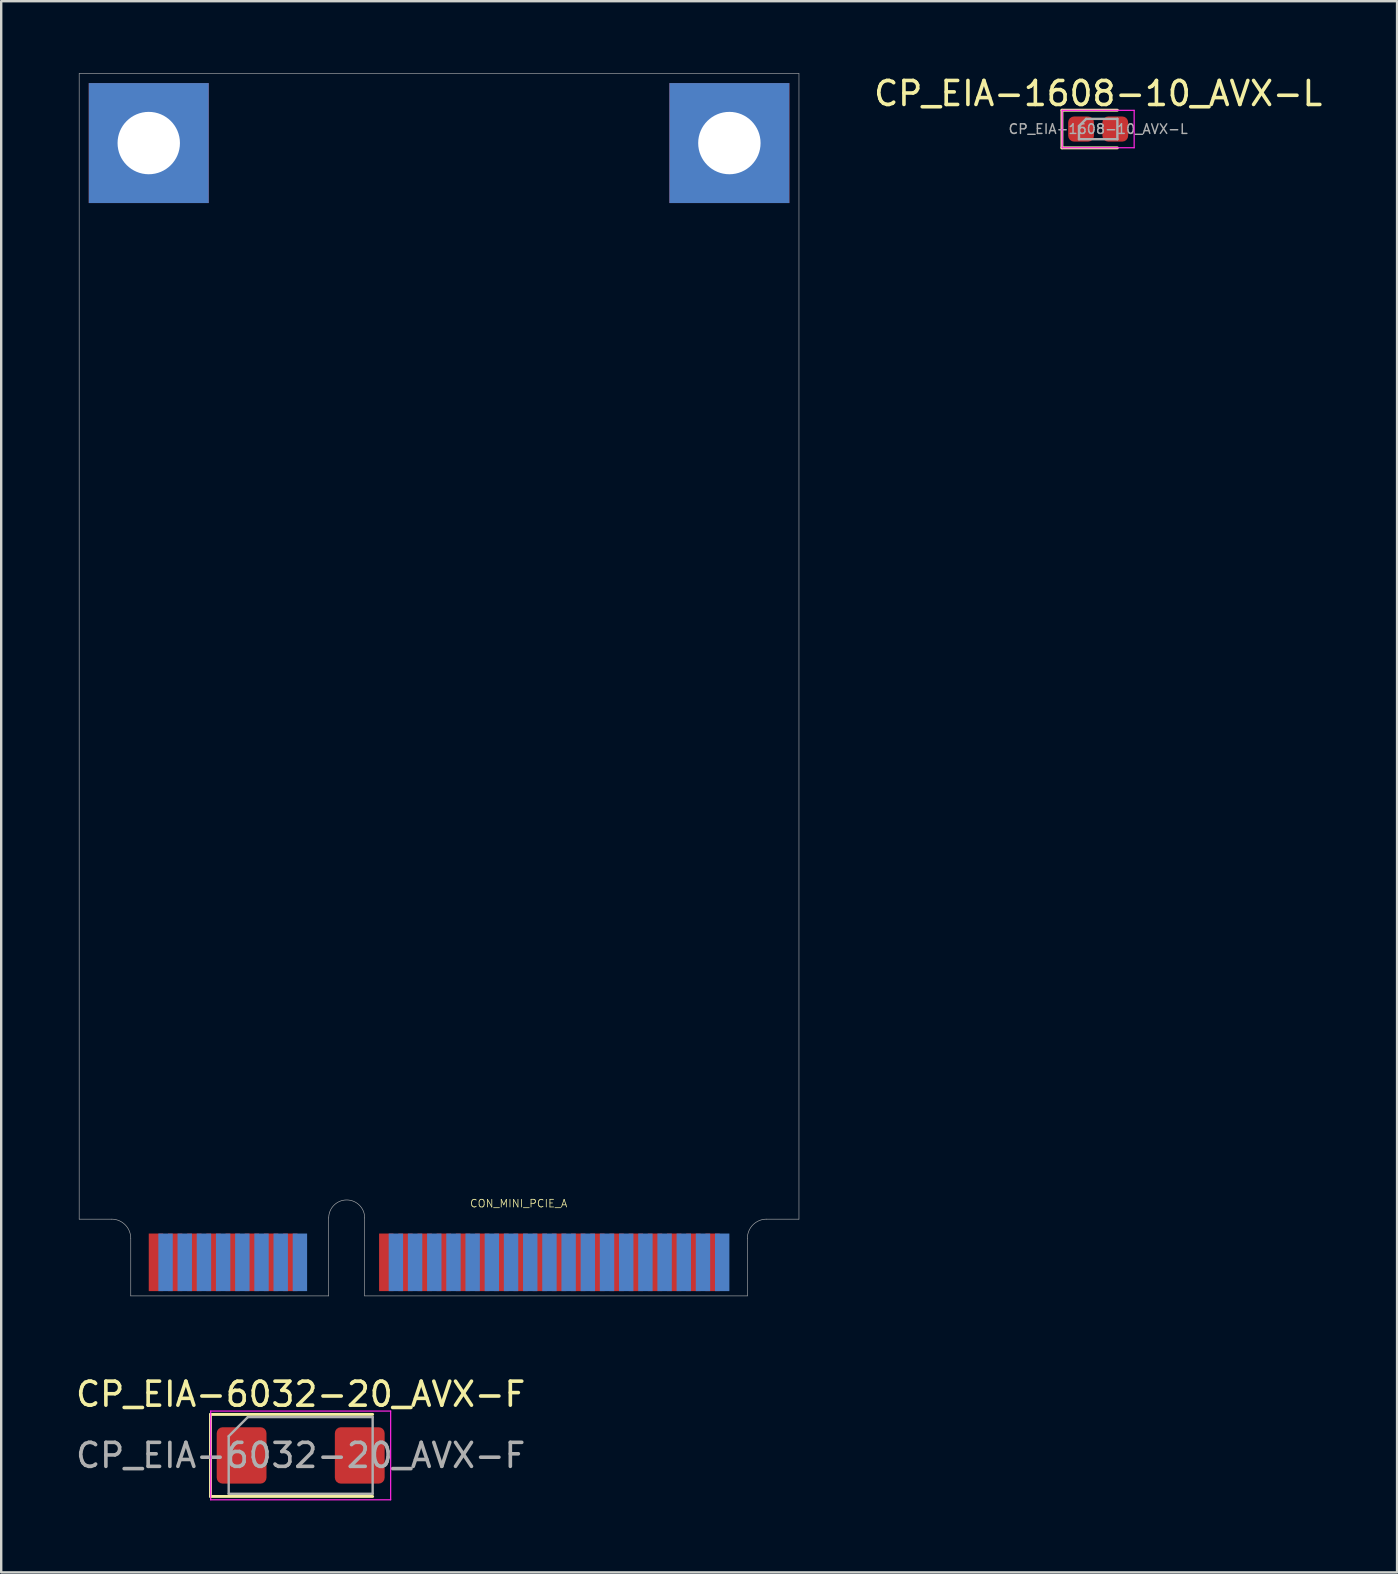
<source format=kicad_pcb>
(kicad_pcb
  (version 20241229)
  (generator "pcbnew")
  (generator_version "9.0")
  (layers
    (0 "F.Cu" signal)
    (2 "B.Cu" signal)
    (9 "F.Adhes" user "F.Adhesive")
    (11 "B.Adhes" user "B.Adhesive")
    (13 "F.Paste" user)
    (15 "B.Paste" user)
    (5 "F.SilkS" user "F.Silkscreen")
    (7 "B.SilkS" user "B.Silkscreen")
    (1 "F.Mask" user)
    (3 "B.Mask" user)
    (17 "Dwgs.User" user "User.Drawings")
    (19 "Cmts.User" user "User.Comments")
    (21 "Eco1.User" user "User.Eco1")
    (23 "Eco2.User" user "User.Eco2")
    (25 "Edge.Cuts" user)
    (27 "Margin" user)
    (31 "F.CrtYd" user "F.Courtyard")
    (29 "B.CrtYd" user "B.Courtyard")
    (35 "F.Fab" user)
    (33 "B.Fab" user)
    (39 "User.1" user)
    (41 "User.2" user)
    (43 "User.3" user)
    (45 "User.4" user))
  (footprint "CP_EIA-6032-20_AVX-F"
    (layer "F.Cu")
    (at 9.482 57.611)
    (property "Reference" "CP_EIA-6032-20_AVX-F" (at 0 -2.55 0) (layer "F.SilkS") (effects (font (size 1 1) (thickness 0.15))))
    (attr smd)
    (fp_line (start -3.76 -1.71) (end -3.76 1.71) (stroke (width 0.12) (type solid)) (layer "F.SilkS"))
    (fp_line (start -3.76 1.71) (end 3 1.71) (stroke (width 0.12) (type solid)) (layer "F.SilkS"))
    (fp_line (start 3 -1.71) (end -3.76 -1.71) (stroke (width 0.12) (type solid)) (layer "F.SilkS"))
    (fp_line (start -3.75 -1.85) (end 3.75 -1.85) (stroke (width 0.05) (type solid)) (layer "F.CrtYd"))
    (fp_line (start -3.75 1.85) (end -3.75 -1.85) (stroke (width 0.05) (type solid)) (layer "F.CrtYd"))
    (fp_line (start 3.75 -1.85) (end 3.75 1.85) (stroke (width 0.05) (type solid)) (layer "F.CrtYd"))
    (fp_line (start 3.75 1.85) (end -3.75 1.85) (stroke (width 0.05) (type solid)) (layer "F.CrtYd"))
    (fp_line (start -3 -0.8) (end -3 1.6) (stroke (width 0.1) (type solid)) (layer "F.Fab"))
    (fp_line (start -3 1.6) (end 3 1.6) (stroke (width 0.1) (type solid)) (layer "F.Fab"))
    (fp_line (start -2.2 -1.6) (end -3 -0.8) (stroke (width 0.1) (type solid)) (layer "F.Fab"))
    (fp_line (start 3 -1.6) (end -2.2 -1.6) (stroke (width 0.1) (type solid)) (layer "F.Fab"))
    (fp_line (start 3 1.6) (end 3 -1.6) (stroke (width 0.1) (type solid)) (layer "F.Fab"))
    (fp_text user "${REFERENCE}" (at 0 0 0) (layer "F.Fab") (effects (font (size 1 1) (thickness 0.15))))
    (pad "1" smd roundrect (at -2.462 0) (size 2.075 2.35) (layers "F.Cu" "F.Mask" "F.Paste") (roundrect_rratio 0.12))
    (pad "2" smd roundrect (at 2.462 0) (size 2.075 2.35) (layers "F.Cu" "F.Mask" "F.Paste") (roundrect_rratio 0.12)))
  (footprint "CP_EIA-1608-10_AVX-L"
    (layer "F.Cu")
    (at 42.721 2.328)
    (property "Reference" "CP_EIA-1608-10_AVX-L" (at 0 -1.48 0) (layer "F.SilkS") (effects (font (size 1 1) (thickness 0.15))))
    (attr smd)
    (fp_line (start -1.51 -0.785) (end -1.51 0.785) (stroke (width 0.12) (type solid)) (layer "F.SilkS"))
    (fp_line (start -1.51 0.785) (end 0.8 0.785) (stroke (width 0.12) (type solid)) (layer "F.SilkS"))
    (fp_line (start 0.8 -0.785) (end -1.51 -0.785) (stroke (width 0.12) (type solid)) (layer "F.SilkS"))
    (fp_line (start -1.5 -0.78) (end 1.5 -0.78) (stroke (width 0.05) (type solid)) (layer "F.CrtYd"))
    (fp_line (start -1.5 0.78) (end -1.5 -0.78) (stroke (width 0.05) (type solid)) (layer "F.CrtYd"))
    (fp_line (start 1.5 -0.78) (end 1.5 0.78) (stroke (width 0.05) (type solid)) (layer "F.CrtYd"))
    (fp_line (start 1.5 0.78) (end -1.5 0.78) (stroke (width 0.05) (type solid)) (layer "F.CrtYd"))
    (fp_line (start -0.8 -0.125) (end -0.8 0.425) (stroke (width 0.1) (type solid)) (layer "F.Fab"))
    (fp_line (start -0.8 0.425) (end 0.8 0.425) (stroke (width 0.1) (type solid)) (layer "F.Fab"))
    (fp_line (start -0.5 -0.425) (end -0.8 -0.125) (stroke (width 0.1) (type solid)) (layer "F.Fab"))
    (fp_line (start 0.8 -0.425) (end -0.5 -0.425) (stroke (width 0.1) (type solid)) (layer "F.Fab"))
    (fp_line (start 0.8 0.425) (end 0.8 -0.425) (stroke (width 0.1) (type solid)) (layer "F.Fab"))
    (fp_text user "${REFERENCE}" (at 0 0 0) (layer "F.Fab") (effects (font (size 0.4 0.4) (thickness 0.06))))
    (pad "1" smd roundrect (at -0.713 0) (size 1.075 1.05) (layers "F.Cu" "F.Mask" "F.Paste") (roundrect_rratio 0.238))
    (pad "2" smd roundrect (at 0.713 0) (size 1.075 1.05) (layers "F.Cu" "F.Mask" "F.Paste") (roundrect_rratio 0.238)))
  (footprint "CON_MINI_PCIE_A"
    (layer "F.Cu")
    (at 0.25 50.963)
    (property "Reference" "CON_MINI_PCIE_A" (at 16.268 -3.667 0) (unlocked yes) (layer "F.SilkS") (effects (font (size 0.318 0.318) (thickness 0.032)) (justify left bottom)))
    (fp_line (start 0 -50.95) (end 0 -3.2) (stroke (width 0.025) (type solid)) (layer "F.Fab"))
    (fp_line (start 0 -50.95) (end 30 -50.95) (stroke (width 0.025) (type solid)) (layer "F.Fab"))
    (fp_line (start 0 -3.2) (end 1.35 -3.2) (stroke (width 0.025) (type solid)) (layer "F.Fab"))
    (fp_line (start 2.15 -2.4) (end 2.15 0) (stroke (width 0.025) (type solid)) (layer "F.Fab"))
    (fp_line (start 2.15 0) (end 10.4 0) (stroke (width 0.025) (type solid)) (layer "F.Fab"))
    (fp_line (start 10.4 -3.25) (end 10.4 0) (stroke (width 0.025) (type solid)) (layer "F.Fab"))
    (fp_line (start 11.9 -3.25) (end 11.9 0) (stroke (width 0.025) (type solid)) (layer "F.Fab"))
    (fp_line (start 11.9 0) (end 27.85 0) (stroke (width 0.025) (type solid)) (layer "F.Fab"))
    (fp_line (start 27.85 -2.4) (end 27.85 0) (stroke (width 0.025) (type solid)) (layer "F.Fab"))
    (fp_line (start 28.65 -3.2) (end 30 -3.2) (stroke (width 0.025) (type solid)) (layer "F.Fab"))
    (fp_line (start 30 -50.95) (end 30 -3.2) (stroke (width 0.025) (type solid)) (layer "F.Fab"))
    (fp_arc (start 1.35 -3.2) (mid 1.915685 -2.965685) (end 2.15 -2.4) (stroke (width 0.0254) (type solid)) (layer "F.Fab"))
    (fp_arc (start 10.4 -3.25) (mid 11.15 -4) (end 11.9 -3.25) (stroke (width 0.0254) (type solid)) (layer "F.Fab"))
    (fp_arc (start 27.85 -2.4) (mid 28.084315 -2.965685) (end 28.65 -3.2) (stroke (width 0.0254) (type solid)) (layer "F.Fab"))
    (pad "1" smd rect (at 3.2 -1.4) (size 0.6 2.4) (layers "F.Cu" "F.Mask" "F.Paste"))
    (pad "2" smd rect (at 3.6 -1.4) (size 0.6 2.4) (layers "B.Cu" "B.Mask" "B.Paste"))
    (pad "3" smd rect (at 4 -1.4) (size 0.6 2.4) (layers "F.Cu" "F.Mask" "F.Paste"))
    (pad "4" smd rect (at 4.4 -1.4) (size 0.6 2.4) (layers "B.Cu" "B.Mask" "B.Paste"))
    (pad "5" smd rect (at 4.8 -1.4) (size 0.6 2.4) (layers "F.Cu" "F.Mask" "F.Paste"))
    (pad "6" smd rect (at 5.2 -1.4) (size 0.6 2.4) (layers "B.Cu" "B.Mask" "B.Paste"))
    (pad "7" smd rect (at 5.6 -1.4) (size 0.6 2.4) (layers "F.Cu" "F.Mask" "F.Paste"))
    (pad "8" smd rect (at 6 -1.4) (size 0.6 2.4) (layers "B.Cu" "B.Mask" "B.Paste"))
    (pad "9" smd rect (at 6.4 -1.4) (size 0.6 2.4) (layers "F.Cu" "F.Mask" "F.Paste"))
    (pad "10" smd rect (at 6.8 -1.4) (size 0.6 2.4) (layers "B.Cu" "B.Mask" "B.Paste"))
    (pad "11" smd rect (at 7.2 -1.4) (size 0.6 2.4) (layers "F.Cu" "F.Mask" "F.Paste"))
    (pad "12" smd rect (at 7.6 -1.4) (size 0.6 2.4) (layers "B.Cu" "B.Mask" "B.Paste"))
    (pad "13" smd rect (at 8 -1.4) (size 0.6 2.4) (layers "F.Cu" "F.Mask" "F.Paste"))
    (pad "14" smd rect (at 8.4 -1.4) (size 0.6 2.4) (layers "B.Cu" "B.Mask" "B.Paste"))
    (pad "15" smd rect (at 8.8 -1.4) (size 0.6 2.4) (layers "F.Cu" "F.Mask" "F.Paste"))
    (pad "16" smd rect (at 9.2 -1.4) (size 0.6 2.4) (layers "B.Cu" "B.Mask" "B.Paste"))
    (pad "17" smd rect (at 12.8 -1.4) (size 0.6 2.4) (layers "F.Cu" "F.Mask" "F.Paste"))
    (pad "18" smd rect (at 13.2 -1.4) (size 0.6 2.4) (layers "B.Cu" "B.Mask" "B.Paste"))
    (pad "19" smd rect (at 13.6 -1.4) (size 0.6 2.4) (layers "F.Cu" "F.Mask" "F.Paste"))
    (pad "20" smd rect (at 14 -1.4) (size 0.6 2.4) (layers "B.Cu" "B.Mask" "B.Paste"))
    (pad "21" smd rect (at 14.4 -1.4) (size 0.6 2.4) (layers "F.Cu" "F.Mask" "F.Paste"))
    (pad "22" smd rect (at 14.8 -1.4) (size 0.6 2.4) (layers "B.Cu" "B.Mask" "B.Paste"))
    (pad "23" smd rect (at 15.2 -1.4) (size 0.6 2.4) (layers "F.Cu" "F.Mask" "F.Paste"))
    (pad "24" smd rect (at 15.6 -1.4) (size 0.6 2.4) (layers "B.Cu" "B.Mask" "B.Paste"))
    (pad "25" smd rect (at 16 -1.4) (size 0.6 2.4) (layers "F.Cu" "F.Mask" "F.Paste"))
    (pad "26" smd rect (at 16.4 -1.4) (size 0.6 2.4) (layers "B.Cu" "B.Mask" "B.Paste"))
    (pad "27" smd rect (at 16.8 -1.4) (size 0.6 2.4) (layers "F.Cu" "F.Mask" "F.Paste"))
    (pad "28" smd rect (at 17.2 -1.4) (size 0.6 2.4) (layers "B.Cu" "B.Mask" "B.Paste"))
    (pad "29" smd rect (at 17.6 -1.4) (size 0.6 2.4) (layers "F.Cu" "F.Mask" "F.Paste"))
    (pad "30" smd rect (at 18 -1.4) (size 0.6 2.4) (layers "B.Cu" "B.Mask" "B.Paste"))
    (pad "31" smd rect (at 18.4 -1.4) (size 0.6 2.4) (layers "F.Cu" "F.Mask" "F.Paste"))
    (pad "32" smd rect (at 18.8 -1.4) (size 0.6 2.4) (layers "B.Cu" "B.Mask" "B.Paste"))
    (pad "33" smd rect (at 19.2 -1.4) (size 0.6 2.4) (layers "F.Cu" "F.Mask" "F.Paste"))
    (pad "34" smd rect (at 19.6 -1.4) (size 0.6 2.4) (layers "B.Cu" "B.Mask" "B.Paste"))
    (pad "35" smd rect (at 20 -1.4) (size 0.6 2.4) (layers "F.Cu" "F.Mask" "F.Paste"))
    (pad "36" smd rect (at 20.4 -1.4) (size 0.6 2.4) (layers "B.Cu" "B.Mask" "B.Paste"))
    (pad "37" smd rect (at 20.8 -1.4) (size 0.6 2.4) (layers "F.Cu" "F.Mask" "F.Paste"))
    (pad "38" smd rect (at 21.2 -1.4) (size 0.6 2.4) (layers "B.Cu" "B.Mask" "B.Paste"))
    (pad "39" smd rect (at 21.6 -1.4) (size 0.6 2.4) (layers "F.Cu" "F.Mask" "F.Paste"))
    (pad "40" smd rect (at 22 -1.4) (size 0.6 2.4) (layers "B.Cu" "B.Mask" "B.Paste"))
    (pad "41" smd rect (at 22.4 -1.4) (size 0.6 2.4) (layers "F.Cu" "F.Mask" "F.Paste"))
    (pad "42" smd rect (at 22.8 -1.4) (size 0.6 2.4) (layers "B.Cu" "B.Mask" "B.Paste"))
    (pad "43" smd rect (at 23.2 -1.4) (size 0.6 2.4) (layers "F.Cu" "F.Mask" "F.Paste"))
    (pad "44" smd rect (at 23.6 -1.4) (size 0.6 2.4) (layers "B.Cu" "B.Mask" "B.Paste"))
    (pad "45" smd rect (at 24 -1.4) (size 0.6 2.4) (layers "F.Cu" "F.Mask" "F.Paste"))
    (pad "46" smd rect (at 24.4 -1.4) (size 0.6 2.4) (layers "B.Cu" "B.Mask" "B.Paste"))
    (pad "47" smd rect (at 24.8 -1.4) (size 0.6 2.4) (layers "F.Cu" "F.Mask" "F.Paste"))
    (pad "48" smd rect (at 25.2 -1.4) (size 0.6 2.4) (layers "B.Cu" "B.Mask" "B.Paste"))
    (pad "49" smd rect (at 25.6 -1.4) (size 0.6 2.4) (layers "F.Cu" "F.Mask" "F.Paste"))
    (pad "50" smd rect (at 26 -1.4) (size 0.6 2.4) (layers "B.Cu" "B.Mask" "B.Paste"))
    (pad "51" smd rect (at 26.4 -1.4) (size 0.6 2.4) (layers "F.Cu" "F.Mask" "F.Paste"))
    (pad "52" smd rect (at 26.8 -1.4) (size 0.6 2.4) (layers "B.Cu" "B.Mask" "B.Paste"))
    (pad "SH" thru_hole rect (at 2.9 -48.05 270) (size 5 5) (drill 2.6) (layers "*.Cu" "*.Mask"))
    (pad "SH" thru_hole rect (at 27.1 -48.05 270) (size 5 5) (drill 2.6) (layers "*.Cu" "*.Mask")))
  (gr_rect
    (start -3 -3)
    (end 55.179 62.486)
    (stroke (width 0.1) (type default))
    (fill no)
    (layer "Edge.Cuts")))
</source>
